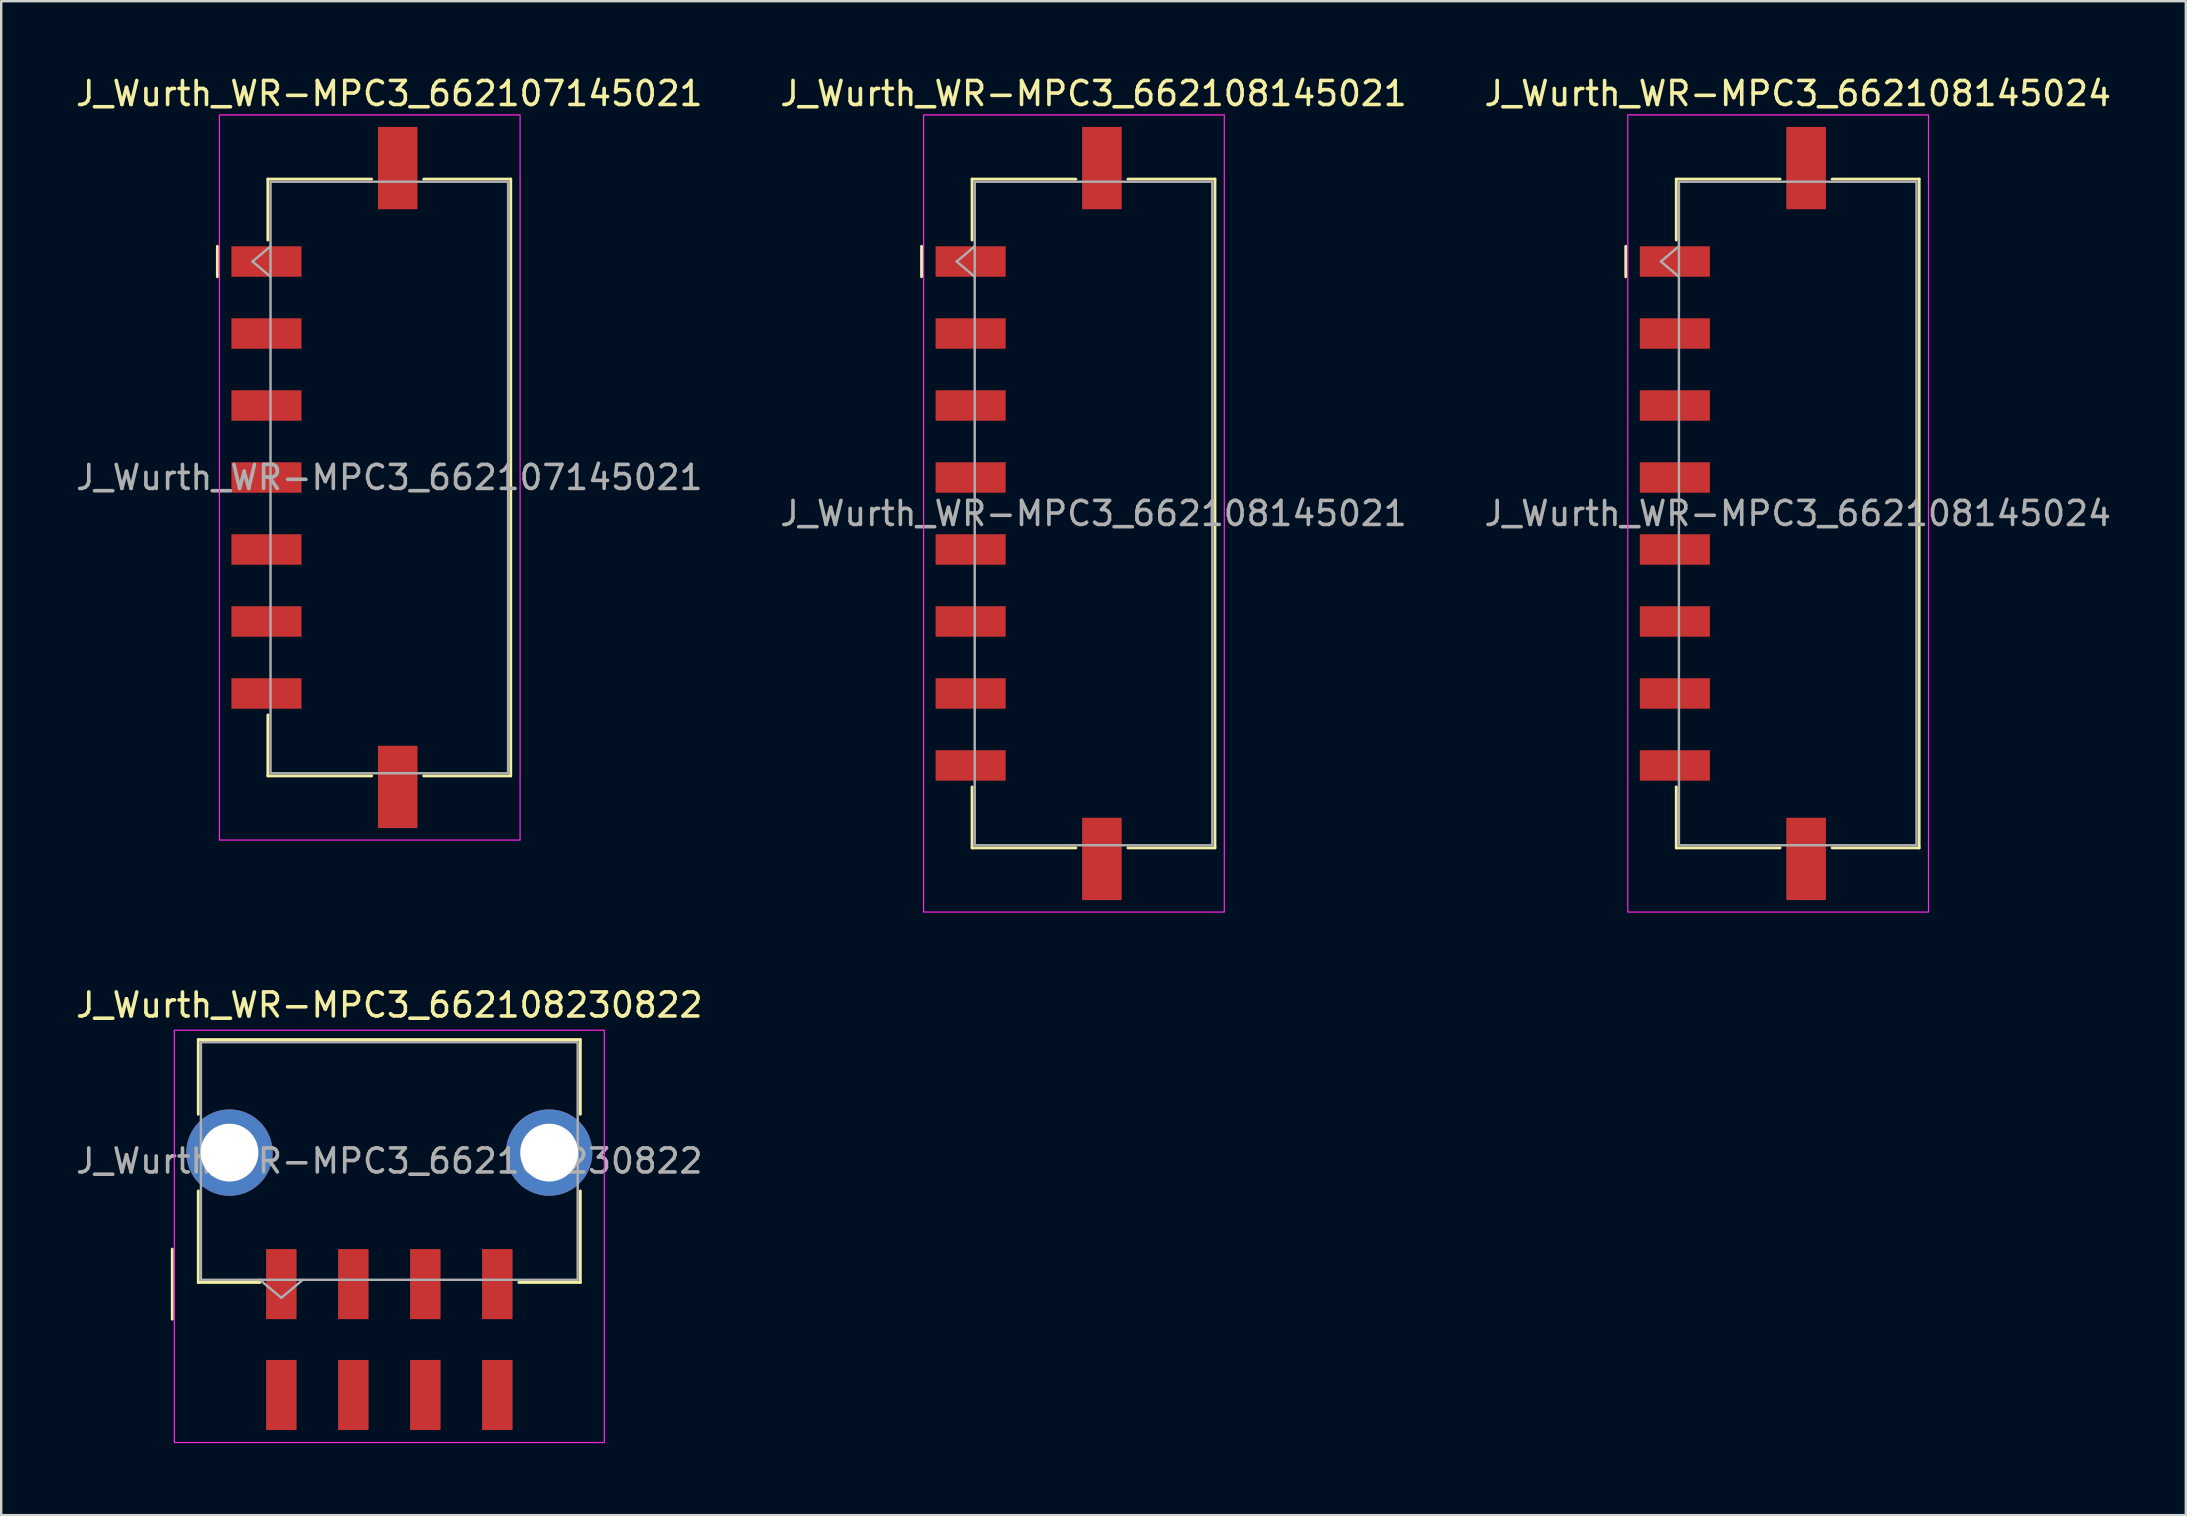
<source format=kicad_pcb>
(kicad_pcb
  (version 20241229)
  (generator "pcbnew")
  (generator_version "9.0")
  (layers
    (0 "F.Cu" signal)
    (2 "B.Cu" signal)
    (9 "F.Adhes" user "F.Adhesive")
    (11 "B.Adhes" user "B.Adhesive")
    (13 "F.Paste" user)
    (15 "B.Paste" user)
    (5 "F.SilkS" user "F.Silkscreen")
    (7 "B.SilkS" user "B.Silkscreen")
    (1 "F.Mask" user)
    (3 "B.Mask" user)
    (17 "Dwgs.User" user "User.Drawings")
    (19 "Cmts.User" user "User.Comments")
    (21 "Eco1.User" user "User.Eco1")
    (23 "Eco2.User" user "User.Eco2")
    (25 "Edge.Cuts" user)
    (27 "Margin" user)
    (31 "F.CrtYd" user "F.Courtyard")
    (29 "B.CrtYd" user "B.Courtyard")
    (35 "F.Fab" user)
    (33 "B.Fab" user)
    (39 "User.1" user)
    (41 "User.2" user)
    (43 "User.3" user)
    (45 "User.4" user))
  (footprint "J_Wurth_WR-MPC3_662108230822"
    (layer "F.Cu")
    (at 13.173 45.331)
    (property "Reference" "J_Wurth_WR-MPC3_662108230822" (at 0 -6.5 0) (unlocked yes) (layer "F.SilkS") (effects (font (size 1 1) (thickness 0.15))))
    (attr smd)
    (fp_line (start -9.045 6.59) (end -9.045 3.67) (stroke (width 0.12) (type solid)) (layer "F.SilkS"))
    (fp_line (start -7.96 -5.06) (end -7.96 -1.948) (stroke (width 0.12) (type default)) (layer "F.SilkS"))
    (fp_line (start -7.96 -5.06) (end 7.96 -5.06) (stroke (width 0.12) (type default)) (layer "F.SilkS"))
    (fp_line (start -7.96 1.248) (end -7.96 5.06) (stroke (width 0.12) (type default)) (layer "F.SilkS"))
    (fp_line (start -5.395 5.06) (end -7.96 5.06) (stroke (width 0.12) (type solid)) (layer "F.SilkS"))
    (fp_line (start 7.96 -5.06) (end 7.96 -1.948) (stroke (width 0.12) (type default)) (layer "F.SilkS"))
    (fp_line (start 7.96 1.248) (end 7.96 5.06) (stroke (width 0.12) (type default)) (layer "F.SilkS"))
    (fp_line (start 7.96 5.06) (end 5.395 5.06) (stroke (width 0.12) (type solid)) (layer "F.SilkS"))
    (fp_rect (start -8.96 -5.45) (end 8.96 11.73) (stroke (width 0.05) (type solid)) (fill no) (layer "F.CrtYd"))
    (fp_line (start -4.5 5.7) (end -5.395 4.95) (stroke (width 0.1) (type solid)) (layer "F.Fab"))
    (fp_line (start -4.5 5.7) (end -3.605 4.95) (stroke (width 0.1) (type solid)) (layer "F.Fab"))
    (fp_rect (start -7.85 -4.95) (end 7.85 4.95) (stroke (width 0.1) (type solid)) (fill no) (layer "F.Fab"))
    (fp_text user "${REFERENCE}" (at 0 0 0) (unlocked yes) (layer "F.Fab") (effects (font (size 1 1) (thickness 0.15))))
    (pad "1" smd rect (at -4.5 5.13 180) (size 1.27 2.92) (layers "F.Cu" "F.Mask" "F.Paste"))
    (pad "2" smd rect (at -1.5 5.13 180) (size 1.27 2.92) (layers "F.Cu" "F.Mask" "F.Paste"))
    (pad "3" smd rect (at 1.5 5.13 180) (size 1.27 2.92) (layers "F.Cu" "F.Mask" "F.Paste"))
    (pad "4" smd rect (at 4.5 5.13 180) (size 1.27 2.92) (layers "F.Cu" "F.Mask" "F.Paste"))
    (pad "5" smd rect (at -4.5 9.75 180) (size 1.27 2.92) (layers "F.Cu" "F.Mask" "F.Paste"))
    (pad "6" smd rect (at -1.5 9.75 180) (size 1.27 2.92) (layers "F.Cu" "F.Mask" "F.Paste"))
    (pad "7" smd rect (at 1.5 9.75 180) (size 1.27 2.92) (layers "F.Cu" "F.Mask" "F.Paste"))
    (pad "8" smd rect (at 4.5 9.75 180) (size 1.27 2.92) (layers "F.Cu" "F.Mask" "F.Paste"))
    (pad "MP1" thru_hole circle (at 6.66 -0.35 180) (size 3.6 3.6) (drill 2.41) (layers "*.Cu" "*.Mask"))
    (pad "MP2" thru_hole circle (at -6.66 -0.35 180) (size 3.6 3.6) (drill 2.41) (layers "*.Cu" "*.Mask")))
  (footprint "J_Wurth_WR-MPC3_662108145024"
    (layer "F.Cu")
    (at 71.863 18.348)
    (property "Reference" "J_Wurth_WR-MPC3_662108145024" (at 0 -17.5 0) (unlocked yes) (layer "F.SilkS") (effects (font (size 1 1) (thickness 0.15))))
    (attr smd)
    (fp_line (start -7.165 -11.135) (end -7.165 -9.865) (stroke (width 0.12) (type solid)) (layer "F.SilkS"))
    (fp_line (start -5.06 -11.395) (end -5.06 -13.935) (stroke (width 0.12) (type default)) (layer "F.SilkS"))
    (fp_line (start -5.06 13.935) (end -5.06 11.395) (stroke (width 0.12) (type default)) (layer "F.SilkS"))
    (fp_line (start -0.735 -13.935) (end -5.06 -13.935) (stroke (width 0.12) (type default)) (layer "F.SilkS"))
    (fp_line (start -0.735 13.935) (end -5.06 13.935) (stroke (width 0.12) (type default)) (layer "F.SilkS"))
    (fp_line (start 5.06 -13.935) (end 1.435 -13.935) (stroke (width 0.12) (type solid)) (layer "F.SilkS"))
    (fp_line (start 5.06 -13.935) (end 5.06 13.935) (stroke (width 0.12) (type default)) (layer "F.SilkS"))
    (fp_line (start 5.06 13.935) (end 1.435 13.935) (stroke (width 0.12) (type solid)) (layer "F.SilkS"))
    (fp_rect (start -7.08 -16.61) (end 5.45 16.61) (stroke (width 0.05) (type solid)) (fill no) (layer "F.CrtYd"))
    (fp_line (start -5.7 -10.5) (end -4.95 -11.135) (stroke (width 0.1) (type solid)) (layer "F.Fab"))
    (fp_line (start -5.7 -10.5) (end -4.95 -9.865) (stroke (width 0.1) (type solid)) (layer "F.Fab"))
    (fp_rect (start -4.95 -13.825) (end 4.95 13.825) (stroke (width 0.1) (type solid)) (fill no) (layer "F.Fab"))
    (fp_text user "${REFERENCE}" (at 0 0 0) (unlocked yes) (layer "F.Fab") (effects (font (size 1 1) (thickness 0.15))))
    (pad "1" smd rect (at -5.12 -10.5 90) (size 1.27 2.92) (layers "F.Cu" "F.Mask" "F.Paste"))
    (pad "2" smd rect (at -5.12 -7.5 90) (size 1.27 2.92) (layers "F.Cu" "F.Mask" "F.Paste"))
    (pad "3" smd rect (at -5.12 -4.5 90) (size 1.27 2.92) (layers "F.Cu" "F.Mask" "F.Paste"))
    (pad "4" smd rect (at -5.12 -1.5 90) (size 1.27 2.92) (layers "F.Cu" "F.Mask" "F.Paste"))
    (pad "5" smd rect (at -5.12 1.5 90) (size 1.27 2.92) (layers "F.Cu" "F.Mask" "F.Paste"))
    (pad "6" smd rect (at -5.12 4.5 90) (size 1.27 2.92) (layers "F.Cu" "F.Mask" "F.Paste"))
    (pad "7" smd rect (at -5.12 7.5 90) (size 1.27 2.92) (layers "F.Cu" "F.Mask" "F.Paste"))
    (pad "8" smd rect (at -5.12 10.5 90) (size 1.27 2.92) (layers "F.Cu" "F.Mask" "F.Paste"))
    (pad "MP1" smd rect (at 0.35 14.395 90) (size 3.43 1.65) (layers "F.Cu" "F.Mask" "F.Paste"))
    (pad "MP2" smd rect (at 0.35 -14.395 90) (size 3.43 1.65) (layers "F.Cu" "F.Mask" "F.Paste")))
  (footprint "J_Wurth_WR-MPC3_662108145021"
    (layer "F.Cu")
    (at 42.518 18.348)
    (property "Reference" "J_Wurth_WR-MPC3_662108145021" (at 0 -17.5 0) (unlocked yes) (layer "F.SilkS") (effects (font (size 1 1) (thickness 0.15))))
    (attr smd)
    (fp_line (start -7.165 -11.135) (end -7.165 -9.865) (stroke (width 0.12) (type solid)) (layer "F.SilkS"))
    (fp_line (start -5.06 -11.395) (end -5.06 -13.935) (stroke (width 0.12) (type default)) (layer "F.SilkS"))
    (fp_line (start -5.06 13.935) (end -5.06 11.395) (stroke (width 0.12) (type default)) (layer "F.SilkS"))
    (fp_line (start -0.735 -13.935) (end -5.06 -13.935) (stroke (width 0.12) (type default)) (layer "F.SilkS"))
    (fp_line (start -0.735 13.935) (end -5.06 13.935) (stroke (width 0.12) (type default)) (layer "F.SilkS"))
    (fp_line (start 5.06 -13.935) (end 1.435 -13.935) (stroke (width 0.12) (type solid)) (layer "F.SilkS"))
    (fp_line (start 5.06 -13.935) (end 5.06 13.935) (stroke (width 0.12) (type default)) (layer "F.SilkS"))
    (fp_line (start 5.06 13.935) (end 1.435 13.935) (stroke (width 0.12) (type solid)) (layer "F.SilkS"))
    (fp_rect (start -7.08 -16.61) (end 5.45 16.61) (stroke (width 0.05) (type solid)) (fill no) (layer "F.CrtYd"))
    (fp_line (start -5.7 -10.5) (end -4.95 -11.135) (stroke (width 0.1) (type solid)) (layer "F.Fab"))
    (fp_line (start -5.7 -10.5) (end -4.95 -9.865) (stroke (width 0.1) (type solid)) (layer "F.Fab"))
    (fp_rect (start -4.95 -13.825) (end 4.95 13.825) (stroke (width 0.1) (type solid)) (fill no) (layer "F.Fab"))
    (fp_text user "${REFERENCE}" (at 0 0 0) (unlocked yes) (layer "F.Fab") (effects (font (size 1 1) (thickness 0.15))))
    (pad "1" smd rect (at -5.12 -10.5 90) (size 1.27 2.92) (layers "F.Cu" "F.Mask" "F.Paste"))
    (pad "2" smd rect (at -5.12 -7.5 90) (size 1.27 2.92) (layers "F.Cu" "F.Mask" "F.Paste"))
    (pad "3" smd rect (at -5.12 -4.5 90) (size 1.27 2.92) (layers "F.Cu" "F.Mask" "F.Paste"))
    (pad "4" smd rect (at -5.12 -1.5 90) (size 1.27 2.92) (layers "F.Cu" "F.Mask" "F.Paste"))
    (pad "5" smd rect (at -5.12 1.5 90) (size 1.27 2.92) (layers "F.Cu" "F.Mask" "F.Paste"))
    (pad "6" smd rect (at -5.12 4.5 90) (size 1.27 2.92) (layers "F.Cu" "F.Mask" "F.Paste"))
    (pad "7" smd rect (at -5.12 7.5 90) (size 1.27 2.92) (layers "F.Cu" "F.Mask" "F.Paste"))
    (pad "8" smd rect (at -5.12 10.5 90) (size 1.27 2.92) (layers "F.Cu" "F.Mask" "F.Paste"))
    (pad "MP1" smd rect (at 0.35 14.395 90) (size 3.43 1.65) (layers "F.Cu" "F.Mask" "F.Paste"))
    (pad "MP2" smd rect (at 0.35 -14.395 90) (size 3.43 1.65) (layers "F.Cu" "F.Mask" "F.Paste")))
  (footprint "J_Wurth_WR-MPC3_662107145021"
    (layer "F.Cu")
    (at 13.173 16.848)
    (property "Reference" "J_Wurth_WR-MPC3_662107145021" (at 0 -16 0) (unlocked yes) (layer "F.SilkS") (effects (font (size 1 1) (thickness 0.15))))
    (attr smd)
    (fp_line (start -7.165 -9.635) (end -7.165 -8.365) (stroke (width 0.12) (type solid)) (layer "F.SilkS"))
    (fp_line (start -5.06 -9.895) (end -5.06 -12.435) (stroke (width 0.12) (type default)) (layer "F.SilkS"))
    (fp_line (start -5.06 12.435) (end -5.06 9.895) (stroke (width 0.12) (type default)) (layer "F.SilkS"))
    (fp_line (start -0.735 -12.435) (end -5.06 -12.435) (stroke (width 0.12) (type default)) (layer "F.SilkS"))
    (fp_line (start -0.735 12.435) (end -5.06 12.435) (stroke (width 0.12) (type default)) (layer "F.SilkS"))
    (fp_line (start 5.06 -12.435) (end 1.435 -12.435) (stroke (width 0.12) (type solid)) (layer "F.SilkS"))
    (fp_line (start 5.06 -12.435) (end 5.06 12.435) (stroke (width 0.12) (type default)) (layer "F.SilkS"))
    (fp_line (start 5.06 12.435) (end 1.435 12.435) (stroke (width 0.12) (type solid)) (layer "F.SilkS"))
    (fp_rect (start -7.08 -15.11) (end 5.45 15.11) (stroke (width 0.05) (type solid)) (fill no) (layer "F.CrtYd"))
    (fp_line (start -5.7 -9) (end -4.95 -9.635) (stroke (width 0.1) (type solid)) (layer "F.Fab"))
    (fp_line (start -5.7 -9) (end -4.95 -8.365) (stroke (width 0.1) (type solid)) (layer "F.Fab"))
    (fp_rect (start -4.95 -12.325) (end 4.95 12.325) (stroke (width 0.1) (type solid)) (fill no) (layer "F.Fab"))
    (fp_text user "${REFERENCE}" (at 0 0 0) (unlocked yes) (layer "F.Fab") (effects (font (size 1 1) (thickness 0.15))))
    (pad "1" smd rect (at -5.12 -9 90) (size 1.27 2.92) (layers "F.Cu" "F.Mask" "F.Paste"))
    (pad "2" smd rect (at -5.12 -6 90) (size 1.27 2.92) (layers "F.Cu" "F.Mask" "F.Paste"))
    (pad "3" smd rect (at -5.12 -3 90) (size 1.27 2.92) (layers "F.Cu" "F.Mask" "F.Paste"))
    (pad "4" smd rect (at -5.12 0 90) (size 1.27 2.92) (layers "F.Cu" "F.Mask" "F.Paste"))
    (pad "5" smd rect (at -5.12 3 90) (size 1.27 2.92) (layers "F.Cu" "F.Mask" "F.Paste"))
    (pad "6" smd rect (at -5.12 6 90) (size 1.27 2.92) (layers "F.Cu" "F.Mask" "F.Paste"))
    (pad "7" smd rect (at -5.12 9 90) (size 1.27 2.92) (layers "F.Cu" "F.Mask" "F.Paste"))
    (pad "MP1" smd rect (at 0.35 12.895 90) (size 3.43 1.65) (layers "F.Cu" "F.Mask" "F.Paste"))
    (pad "MP2" smd rect (at 0.35 -12.895 90) (size 3.43 1.65) (layers "F.Cu" "F.Mask" "F.Paste")))
  (gr_rect
    (start -3 -3)
    (end 88.036 60.087)
    (stroke (width 0.1) (type default))
    (fill no)
    (layer "Edge.Cuts")))
</source>
